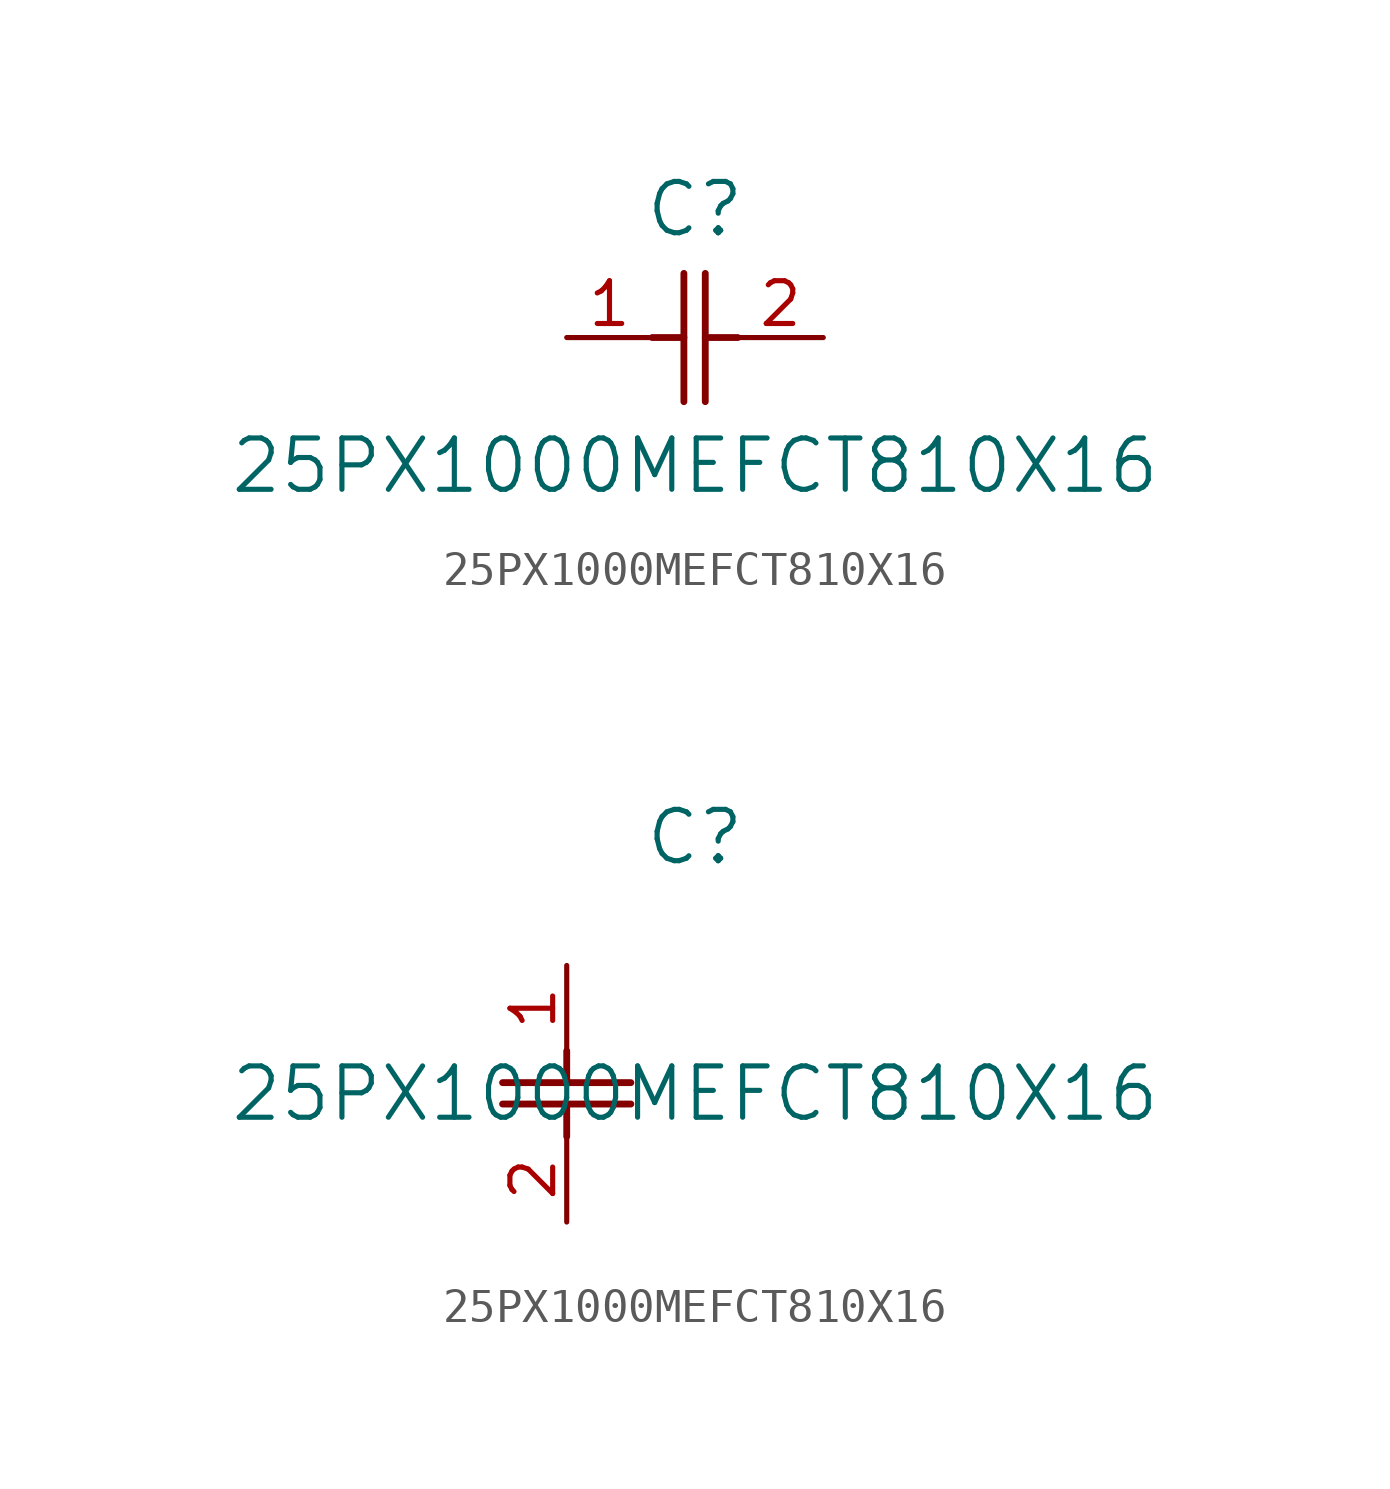
<source format=kicad_sym>
(kicad_symbol_lib
  (version 20211014)
  (generator kicad_symbol_editor)
  (symbol "25PX1000MEFCT810X16"
    (pin_names
      (offset 0.254))
    (property "Reference" "C"
      (at 3.81 3.81 0)
      (effects (font (size 1.524 1.524))))
    (property "Value" "25PX1000MEFCT810X16"
      (at 3.81 -3.81 0)
      (effects (font (size 1.524 1.524))))
    (symbol "25PX1000MEFCT810X16_1_1"
      (polyline (pts (xy 3.48 -1.905) (xy 3.48 1.905)) (stroke (width 0.203) (type default) (color 0 0 0 0)) (fill (type none)))
      (polyline (pts (xy 4.115 -1.905) (xy 4.115 1.905)) (stroke (width 0.203) (type default) (color 0 0 0 0)) (fill (type none)))
      (polyline (pts (xy 4.115 0) (xy 5.08 0)) (stroke (width 0.203) (type default) (color 0 0 0 0)) (fill (type none)))
      (polyline (pts (xy 2.54 0) (xy 3.48 0)) (stroke (width 0.203) (type default) (color 0 0 0 0)) (fill (type none)))
      (pin unspecified line (at 0 0 0) (length 2.54) (name "" (effects (font (size 1.27 1.27)))) (number "1" (effects (font (size 1.27 1.27)))))
      (pin unspecified line (at 7.62 0 180) (length 2.54) (name "" (effects (font (size 1.27 1.27)))) (number "2" (effects (font (size 1.27 1.27))))))
    (symbol "25PX1000MEFCT810X16_1_2"
      (polyline (pts (xy -1.905 -3.48) (xy 1.905 -3.48)) (stroke (width 0.203) (type default) (color 0 0 0 0)) (fill (type none)))
      (polyline (pts (xy -1.905 -4.115) (xy 1.905 -4.115)) (stroke (width 0.203) (type default) (color 0 0 0 0)) (fill (type none)))
      (polyline (pts (xy 0 -4.115) (xy 0 -5.08)) (stroke (width 0.203) (type default) (color 0 0 0 0)) (fill (type none)))
      (polyline (pts (xy 0 -2.54) (xy 0 -3.48)) (stroke (width 0.203) (type default) (color 0 0 0 0)) (fill (type none)))
      (pin unspecified line (at 0 0 270) (length 2.54) (name "" (effects (font (size 1.27 1.27)))) (number "1" (effects (font (size 1.27 1.27)))))
      (pin unspecified line (at 0 -7.62 90) (length 2.54) (name "" (effects (font (size 1.27 1.27)))) (number "2" (effects (font (size 1.27 1.27))))))))
</source>
